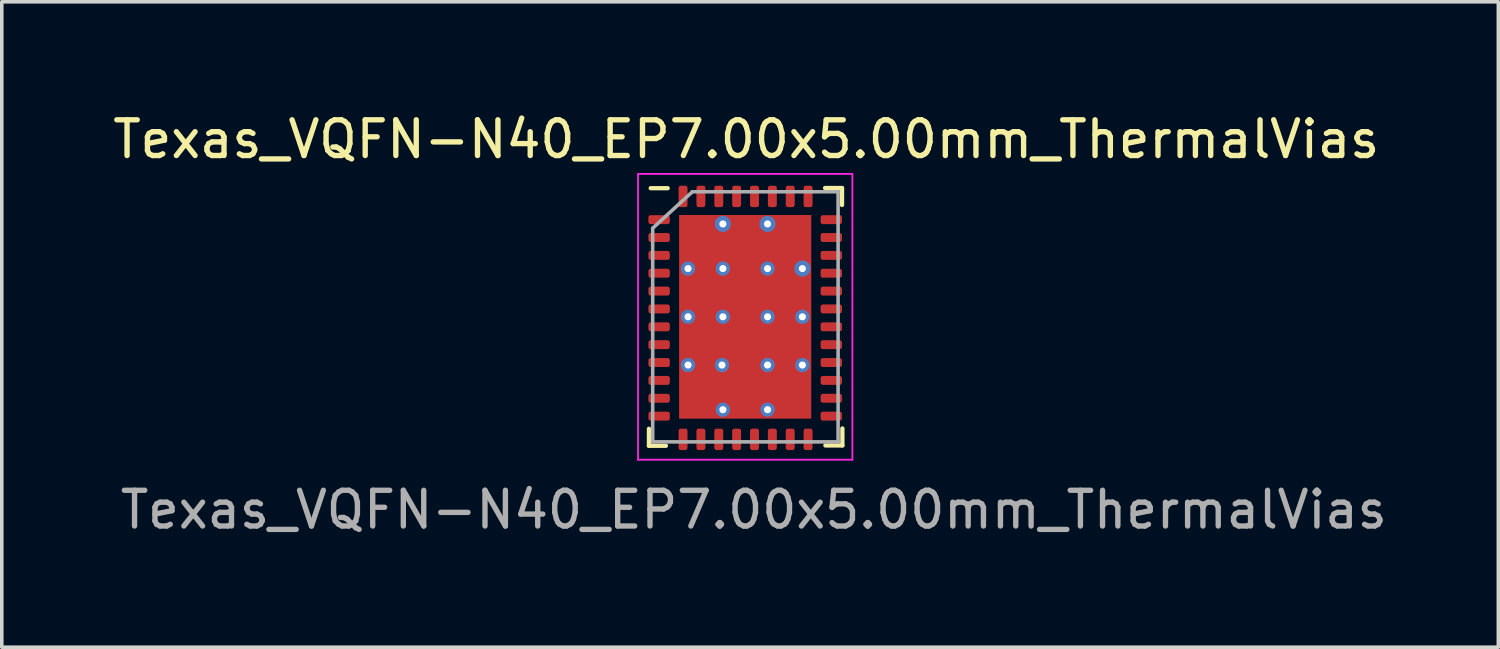
<source format=kicad_pcb>
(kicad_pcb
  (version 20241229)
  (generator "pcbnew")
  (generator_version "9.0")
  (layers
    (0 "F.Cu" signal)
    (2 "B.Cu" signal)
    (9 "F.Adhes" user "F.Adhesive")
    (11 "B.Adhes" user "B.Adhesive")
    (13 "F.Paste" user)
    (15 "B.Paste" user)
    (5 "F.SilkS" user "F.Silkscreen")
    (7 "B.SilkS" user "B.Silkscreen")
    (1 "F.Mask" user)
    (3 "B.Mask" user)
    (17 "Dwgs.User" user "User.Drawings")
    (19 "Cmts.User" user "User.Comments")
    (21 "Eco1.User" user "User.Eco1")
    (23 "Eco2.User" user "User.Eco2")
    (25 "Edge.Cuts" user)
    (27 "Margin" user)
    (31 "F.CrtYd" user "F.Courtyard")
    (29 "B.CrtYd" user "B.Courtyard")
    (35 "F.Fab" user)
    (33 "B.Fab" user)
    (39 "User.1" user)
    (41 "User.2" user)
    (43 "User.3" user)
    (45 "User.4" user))
  (footprint "Texas_VQFN-N40_EP7.00x5.00mm_ThermalVias"
    (layer "F.Cu")
    (at 17.809 5.818)
    (property "Reference" "Texas_VQFN-N40_EP7.00x5.00mm_ThermalVias" (at 0.03 -4.97 0) (unlocked yes) (layer "F.SilkS") (effects (font (size 1 1) (thickness 0.15))))
    (attr smd)
    (fp_line (start -2.695 3.61) (end -2.695 3.135) (stroke (width 0.12) (type solid)) (layer "F.SilkS"))
    (fp_line (start -2.22 3.61) (end -2.695 3.61) (stroke (width 0.12) (type solid)) (layer "F.SilkS"))
    (fp_line (start -2.17 -3.6) (end -2.645 -3.6) (stroke (width 0.12) (type solid)) (layer "F.SilkS"))
    (fp_line (start 2.235 -3.605) (end 2.71 -3.605) (stroke (width 0.12) (type solid)) (layer "F.SilkS"))
    (fp_line (start 2.245 3.6) (end 2.72 3.6) (stroke (width 0.12) (type solid)) (layer "F.SilkS"))
    (fp_line (start 2.71 -3.605) (end 2.71 -3.13) (stroke (width 0.12) (type solid)) (layer "F.SilkS"))
    (fp_line (start 2.72 3.6) (end 2.72 3.125) (stroke (width 0.12) (type solid)) (layer "F.SilkS"))
    (fp_line (start -3 -4) (end -3 4) (stroke (width 0.05) (type solid)) (layer "F.CrtYd"))
    (fp_line (start -3 4) (end 3 4) (stroke (width 0.05) (type solid)) (layer "F.CrtYd"))
    (fp_line (start 3 -4) (end -3 -4) (stroke (width 0.05) (type solid)) (layer "F.CrtYd"))
    (fp_line (start 3 4) (end 3 -4) (stroke (width 0.05) (type solid)) (layer "F.CrtYd"))
    (fp_line (start -2.59 -2.48) (end -2.59 3.5) (stroke (width 0.1) (type solid)) (layer "F.Fab"))
    (fp_line (start -2.59 3.5) (end 2.61 3.5) (stroke (width 0.1) (type solid)) (layer "F.Fab"))
    (fp_line (start -1.48 -3.5) (end -2.59 -2.48) (stroke (width 0.1) (type solid)) (layer "F.Fab"))
    (fp_line (start -1.48 -3.5) (end 2.61 -3.5) (stroke (width 0.1) (type solid)) (layer "F.Fab"))
    (fp_line (start 2.6 -3.5) (end 2.6 3.5) (stroke (width 0.1) (type solid)) (layer "F.Fab"))
    (fp_text user "${REFERENCE}" (at 0.24 5.4 0) (unlocked yes) (layer "F.Fab") (effects (font (size 1 1) (thickness 0.15))))
    (pad "1" smd roundrect (at -2.41 -2.72) (size 0.6 0.25) (layers "F.Cu" "F.Mask" "F.Paste") (roundrect_rratio 0.25))
    (pad "2" smd roundrect (at -2.41 -2.22) (size 0.6 0.25) (layers "F.Cu" "F.Mask" "F.Paste") (roundrect_rratio 0.25))
    (pad "3" smd roundrect (at -2.41 -1.72) (size 0.6 0.25) (layers "F.Cu" "F.Mask" "F.Paste") (roundrect_rratio 0.25))
    (pad "4" smd roundrect (at -2.41 -1.22) (size 0.6 0.25) (layers "F.Cu" "F.Mask" "F.Paste") (roundrect_rratio 0.25))
    (pad "5" smd roundrect (at -2.41 -0.72) (size 0.6 0.25) (layers "F.Cu" "F.Mask" "F.Paste") (roundrect_rratio 0.25))
    (pad "6" smd roundrect (at -2.41 -0.22) (size 0.6 0.25) (layers "F.Cu" "F.Mask" "F.Paste") (roundrect_rratio 0.25))
    (pad "7" smd roundrect (at -2.41 0.28) (size 0.6 0.25) (layers "F.Cu" "F.Mask" "F.Paste") (roundrect_rratio 0.25))
    (pad "8" smd roundrect (at -2.41 0.78) (size 0.6 0.25) (layers "F.Cu" "F.Mask" "F.Paste") (roundrect_rratio 0.25))
    (pad "9" smd roundrect (at -2.41 1.28) (size 0.6 0.25) (layers "F.Cu" "F.Mask" "F.Paste") (roundrect_rratio 0.25))
    (pad "10" smd roundrect (at -2.41 1.78) (size 0.6 0.25) (layers "F.Cu" "F.Mask" "F.Paste") (roundrect_rratio 0.25))
    (pad "11" smd roundrect (at -2.41 2.28) (size 0.6 0.25) (layers "F.Cu" "F.Mask" "F.Paste") (roundrect_rratio 0.25))
    (pad "12" smd roundrect (at -2.41 2.78) (size 0.6 0.25) (layers "F.Cu" "F.Mask" "F.Paste") (roundrect_rratio 0.25))
    (pad "13" smd roundrect (at -1.74 3.43 90) (size 0.6 0.25) (layers "F.Cu" "F.Mask" "F.Paste") (roundrect_rratio 0.25))
    (pad "14" smd roundrect (at -1.24 3.43 90) (size 0.6 0.25) (layers "F.Cu" "F.Mask" "F.Paste") (roundrect_rratio 0.25))
    (pad "15" smd roundrect (at -0.74 3.43 90) (size 0.6 0.25) (layers "F.Cu" "F.Mask" "F.Paste") (roundrect_rratio 0.25))
    (pad "16" smd roundrect (at -0.24 3.43 90) (size 0.6 0.25) (layers "F.Cu" "F.Mask" "F.Paste") (roundrect_rratio 0.25))
    (pad "17" smd roundrect (at 0.26 3.43 90) (size 0.6 0.25) (layers "F.Cu" "F.Mask" "F.Paste") (roundrect_rratio 0.25))
    (pad "18" smd roundrect (at 0.76 3.43 90) (size 0.6 0.25) (layers "F.Cu" "F.Mask" "F.Paste") (roundrect_rratio 0.25))
    (pad "19" smd roundrect (at 1.26 3.43 90) (size 0.6 0.25) (layers "F.Cu" "F.Mask" "F.Paste") (roundrect_rratio 0.25))
    (pad "20" smd roundrect (at 1.76 3.43 90) (size 0.6 0.25) (layers "F.Cu" "F.Mask" "F.Paste") (roundrect_rratio 0.25))
    (pad "21" smd roundrect (at 2.41 2.78 180) (size 0.6 0.25) (layers "F.Cu" "F.Mask" "F.Paste") (roundrect_rratio 0.25))
    (pad "22" smd roundrect (at 2.41 2.28 180) (size 0.6 0.25) (layers "F.Cu" "F.Mask" "F.Paste") (roundrect_rratio 0.25))
    (pad "23" smd roundrect (at 2.41 1.78 180) (size 0.6 0.25) (layers "F.Cu" "F.Mask" "F.Paste") (roundrect_rratio 0.25))
    (pad "24" smd roundrect (at 2.41 1.28 180) (size 0.6 0.25) (layers "F.Cu" "F.Mask" "F.Paste") (roundrect_rratio 0.25))
    (pad "25" smd roundrect (at 2.41 0.78 180) (size 0.6 0.25) (layers "F.Cu" "F.Mask" "F.Paste") (roundrect_rratio 0.25))
    (pad "26" smd roundrect (at 2.41 0.28 180) (size 0.6 0.25) (layers "F.Cu" "F.Mask" "F.Paste") (roundrect_rratio 0.25))
    (pad "27" smd roundrect (at 2.41 -0.22 180) (size 0.6 0.25) (layers "F.Cu" "F.Mask" "F.Paste") (roundrect_rratio 0.25))
    (pad "28" smd roundrect (at 2.41 -0.72 180) (size 0.6 0.25) (layers "F.Cu" "F.Mask" "F.Paste") (roundrect_rratio 0.25))
    (pad "29" smd roundrect (at 2.41 -1.22 180) (size 0.6 0.25) (layers "F.Cu" "F.Mask" "F.Paste") (roundrect_rratio 0.25))
    (pad "30" smd roundrect (at 2.41 -1.72 180) (size 0.6 0.25) (layers "F.Cu" "F.Mask" "F.Paste") (roundrect_rratio 0.25))
    (pad "31" smd roundrect (at 2.41 -2.22 180) (size 0.6 0.25) (layers "F.Cu" "F.Mask" "F.Paste") (roundrect_rratio 0.25))
    (pad "32" smd roundrect (at 2.41 -2.72 180) (size 0.6 0.25) (layers "F.Cu" "F.Mask" "F.Paste") (roundrect_rratio 0.25))
    (pad "33" smd roundrect (at 1.76 -3.37 270) (size 0.6 0.25) (layers "F.Cu" "F.Mask" "F.Paste") (roundrect_rratio 0.25))
    (pad "34" smd roundrect (at 1.26 -3.37 270) (size 0.6 0.25) (layers "F.Cu" "F.Mask" "F.Paste") (roundrect_rratio 0.25))
    (pad "35" smd roundrect (at 0.76 -3.37 270) (size 0.6 0.25) (layers "F.Cu" "F.Mask" "F.Paste") (roundrect_rratio 0.25))
    (pad "36" smd roundrect (at 0.26 -3.37 270) (size 0.6 0.25) (layers "F.Cu" "F.Mask" "F.Paste") (roundrect_rratio 0.25))
    (pad "37" smd roundrect (at -0.24 -3.37 270) (size 0.6 0.25) (layers "F.Cu" "F.Mask" "F.Paste") (roundrect_rratio 0.25))
    (pad "38" smd roundrect (at -0.74 -3.37 270) (size 0.6 0.25) (layers "F.Cu" "F.Mask" "F.Paste") (roundrect_rratio 0.25))
    (pad "39" smd roundrect (at -1.24 -3.37 270) (size 0.6 0.25) (layers "F.Cu" "F.Mask" "F.Paste") (roundrect_rratio 0.25))
    (pad "40" smd roundrect (at -1.74 -3.37 270) (size 0.6 0.25) (layers "F.Cu" "F.Mask" "F.Paste") (roundrect_rratio 0.25))
    (pad "41" thru_hole circle (at -1.6 -1.35) (size 0.4 0.4) (drill 0.2) (layers "*.Cu"))
    (pad "41" thru_hole circle (at -1.6 0) (size 0.4 0.4) (drill 0.2) (layers "*.Cu"))
    (pad "41" thru_hole circle (at -1.6 1.35) (size 0.4 0.4) (drill 0.2) (layers "*.Cu"))
    (pad "41" thru_hole circle (at -0.65 1.35) (size 0.4 0.4) (drill 0.2) (layers "*.Cu"))
    (pad "41" thru_hole circle (at -0.625 -2.6) (size 0.45 0.45) (drill 0.2) (layers "*.Cu"))
    (pad "41" thru_hole circle (at -0.625 -1.35) (size 0.4 0.4) (drill 0.2) (layers "*.Cu"))
    (pad "41" thru_hole circle (at -0.625 0) (size 0.4 0.4) (drill 0.2) (layers "*.Cu"))
    (pad "41" thru_hole circle (at -0.625 2.6) (size 0.4 0.4) (drill 0.2) (layers "*.Cu"))
    (pad "41" smd rect (at 0 0) (size 3.7 5.7) (layers "F.Cu" "F.Mask"))
    (pad "41" thru_hole circle (at 0.625 -2.6) (size 0.45 0.45) (drill 0.2) (layers "*.Cu"))
    (pad "41" thru_hole circle (at 0.625 -1.35) (size 0.4 0.4) (drill 0.2) (layers "*.Cu"))
    (pad "41" thru_hole circle (at 0.625 0) (size 0.4 0.4) (drill 0.2) (layers "*.Cu"))
    (pad "41" thru_hole circle (at 0.625 1.35) (size 0.4 0.4) (drill 0.2) (layers "*.Cu"))
    (pad "41" thru_hole circle (at 0.625 2.6) (size 0.4 0.4) (drill 0.2) (layers "*.Cu"))
    (pad "41" thru_hole circle (at 1.6 -1.35) (size 0.45 0.45) (drill 0.2) (layers "*.Cu"))
    (pad "41" thru_hole circle (at 1.6 0) (size 0.4 0.4) (drill 0.2) (layers "*.Cu"))
    (pad "41" thru_hole circle (at 1.6 1.35) (size 0.4 0.4) (drill 0.2) (layers "*.Cu")))
  (gr_rect
    (start -3 -3)
    (end 38.889 15.066)
    (stroke (width 0.1) (type default))
    (fill no)
    (layer "Edge.Cuts")))
</source>
